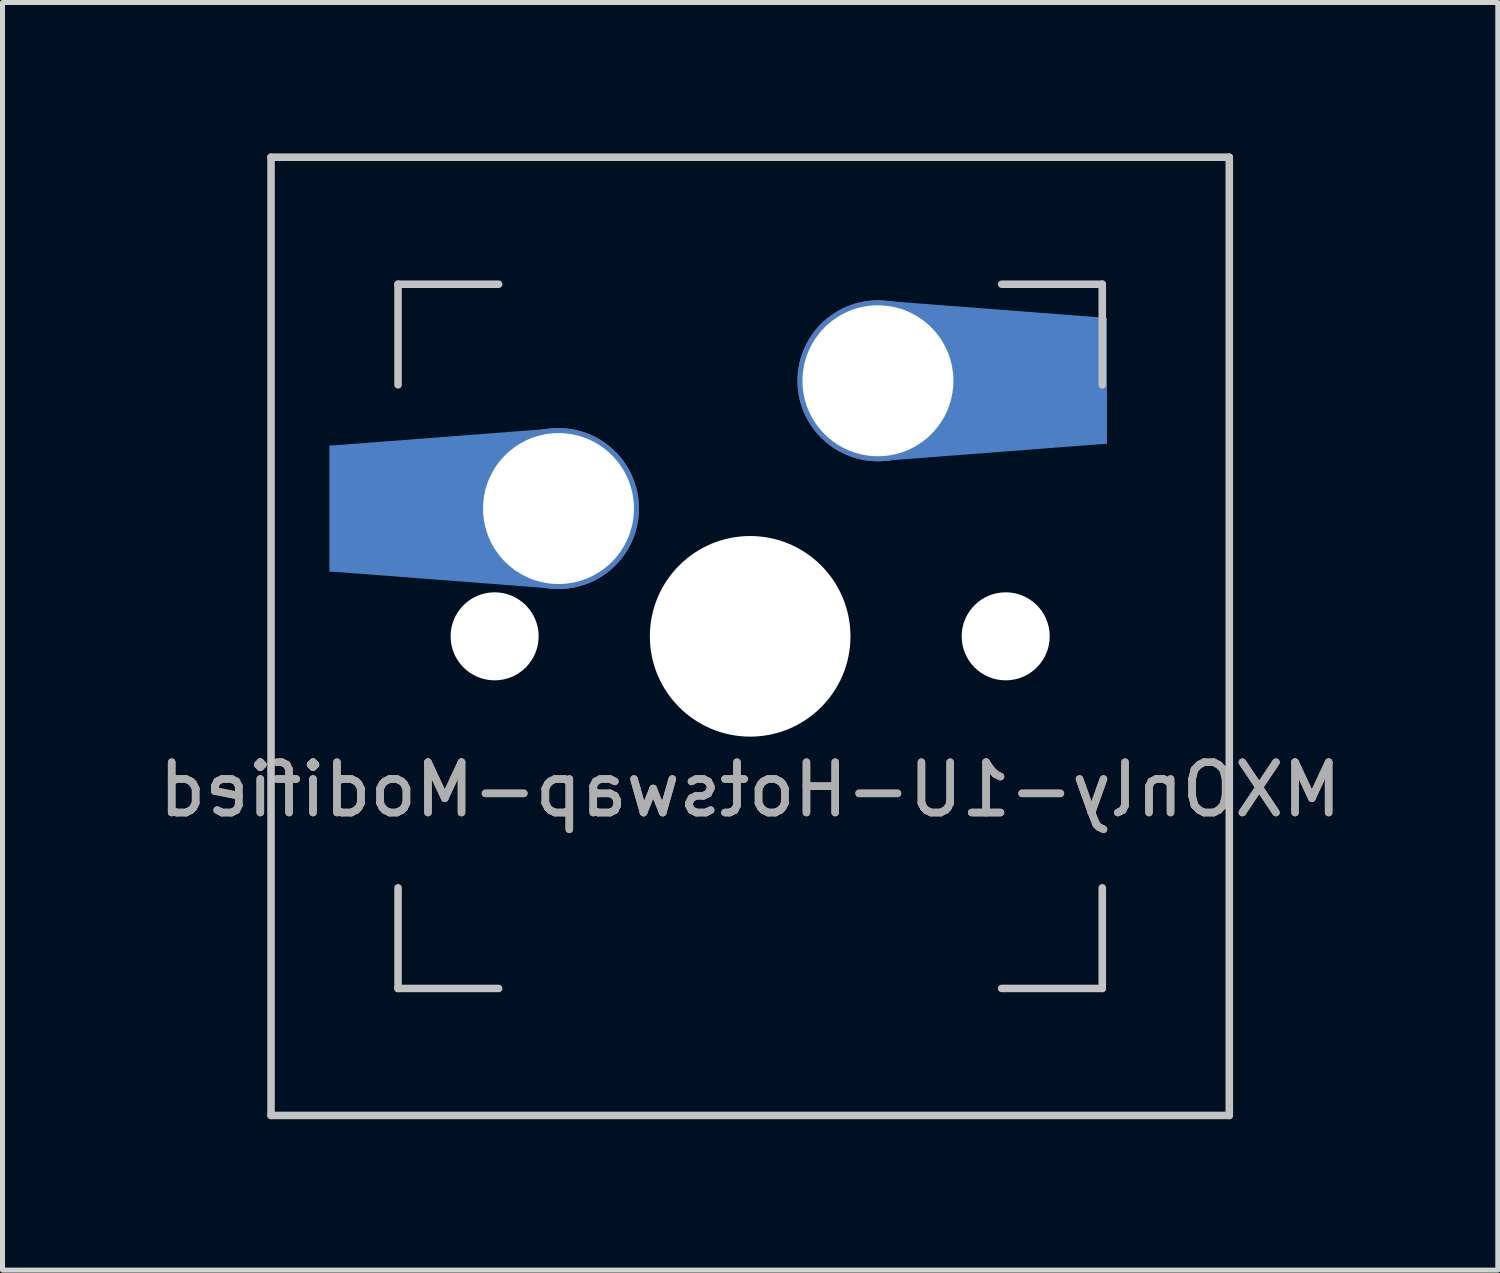
<source format=kicad_pcb>
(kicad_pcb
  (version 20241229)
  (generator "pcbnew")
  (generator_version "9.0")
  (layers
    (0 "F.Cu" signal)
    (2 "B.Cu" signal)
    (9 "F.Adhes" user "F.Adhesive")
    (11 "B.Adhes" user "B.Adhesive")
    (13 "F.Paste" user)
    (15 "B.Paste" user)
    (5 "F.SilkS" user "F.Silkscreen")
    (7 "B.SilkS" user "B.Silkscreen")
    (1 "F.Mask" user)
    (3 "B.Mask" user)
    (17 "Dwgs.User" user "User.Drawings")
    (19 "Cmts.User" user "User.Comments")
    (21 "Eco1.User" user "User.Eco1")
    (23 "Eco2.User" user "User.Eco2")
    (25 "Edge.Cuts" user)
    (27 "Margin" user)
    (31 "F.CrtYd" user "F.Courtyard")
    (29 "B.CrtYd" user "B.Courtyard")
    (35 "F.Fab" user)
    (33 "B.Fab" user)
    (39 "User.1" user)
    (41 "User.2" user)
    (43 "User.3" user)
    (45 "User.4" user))
  (footprint "MXOnly-1U-Hotswap-Modified"
    (layer "F.Cu")
    (at 11.863 9.6)
    (property "Reference" "MXOnly-1U-Hotswap-Modified" (at 0 3.048 0) (layer "F.Fab") (effects (font (size 1 1) (thickness 0.15)) (justify mirror)))
    (attr through_hole)
    (fp_poly (pts (xy -3.8 -0.94) (xy -8.36 -1.29) (xy -8.36 -3.79) (xy -3.8 -4.14)) (stroke (width 0) (type solid)) (fill yes) (layer "B.Cu"))
    (fp_poly (pts (xy 2.53 -6.68) (xy 7.09 -6.33) (xy 7.09 -3.83) (xy 2.53 -3.48)) (stroke (width 0) (type solid)) (fill yes) (layer "B.Cu"))
    (fp_line (start -9.525 -9.525) (end 9.525 -9.525) (stroke (width 0.15) (type solid)) (layer "Dwgs.User"))
    (fp_line (start -9.525 9.525) (end -9.525 -9.525) (stroke (width 0.15) (type solid)) (layer "Dwgs.User"))
    (fp_line (start -7 -7) (end -7 -5) (stroke (width 0.15) (type solid)) (layer "Dwgs.User"))
    (fp_line (start -7 5) (end -7 7) (stroke (width 0.15) (type solid)) (layer "Dwgs.User"))
    (fp_line (start -7 7) (end -5 7) (stroke (width 0.15) (type solid)) (layer "Dwgs.User"))
    (fp_line (start -5 -7) (end -7 -7) (stroke (width 0.15) (type solid)) (layer "Dwgs.User"))
    (fp_line (start 5 -7) (end 7 -7) (stroke (width 0.15) (type solid)) (layer "Dwgs.User"))
    (fp_line (start 5 7) (end 7 7) (stroke (width 0.15) (type solid)) (layer "Dwgs.User"))
    (fp_line (start 7 -7) (end 7 -5) (stroke (width 0.15) (type solid)) (layer "Dwgs.User"))
    (fp_line (start 7 7) (end 7 5) (stroke (width 0.15) (type solid)) (layer "Dwgs.User"))
    (fp_line (start 9.525 -9.525) (end 9.525 9.525) (stroke (width 0.15) (type solid)) (layer "Dwgs.User"))
    (fp_line (start 9.525 9.525) (end -9.525 9.525) (stroke (width 0.15) (type solid)) (layer "Dwgs.User"))
    (fp_text user "${REFERENCE}" (at 0 3.048 0) (layer "F.Fab") (effects (font (size 1 1) (thickness 0.15)) (justify mirror)))
    (pad "" smd rect (at -7.085 -2.54) (size 2.55 2.5) (layers "B.Mask" "B.Paste"))
    (pad "" np_thru_hole circle (at -5.08 0 48.1) (size 1.75 1.75) (drill 1.75) (layers "*.Cu" "*.Mask"))
    (pad "" np_thru_hole circle (at 0 0) (size 3.988 3.988) (drill 3.988) (layers "*.Cu" "*.Mask"))
    (pad "" np_thru_hole circle (at 5.08 0 48.1) (size 1.75 1.75) (drill 1.75) (layers "*.Cu" "*.Mask"))
    (pad "" smd rect (at 5.815 -5.08) (size 2.55 2.5) (layers "B.Mask" "B.Paste"))
    (pad "1" smd rect (at -5.61 -2.54) (size 5.5 2.5) (layers "B.Cu"))
    (pad "1" thru_hole circle (at -3.81 -2.54) (size 3.2 3.2) (drill 3) (layers "*.Cu" "*.Mask"))
    (pad "2" thru_hole circle (at 2.54 -5.08) (size 3.2 3.2) (drill 3) (layers "*.Cu" "*.Mask"))
    (pad "2" smd rect (at 4.34 -5.08) (size 5.5 2.5) (layers "B.Cu")))
  (gr_rect
    (start -3 -3)
    (end 26.726 22.2)
    (stroke (width 0.1) (type default))
    (fill no)
    (layer "Edge.Cuts")))
</source>
